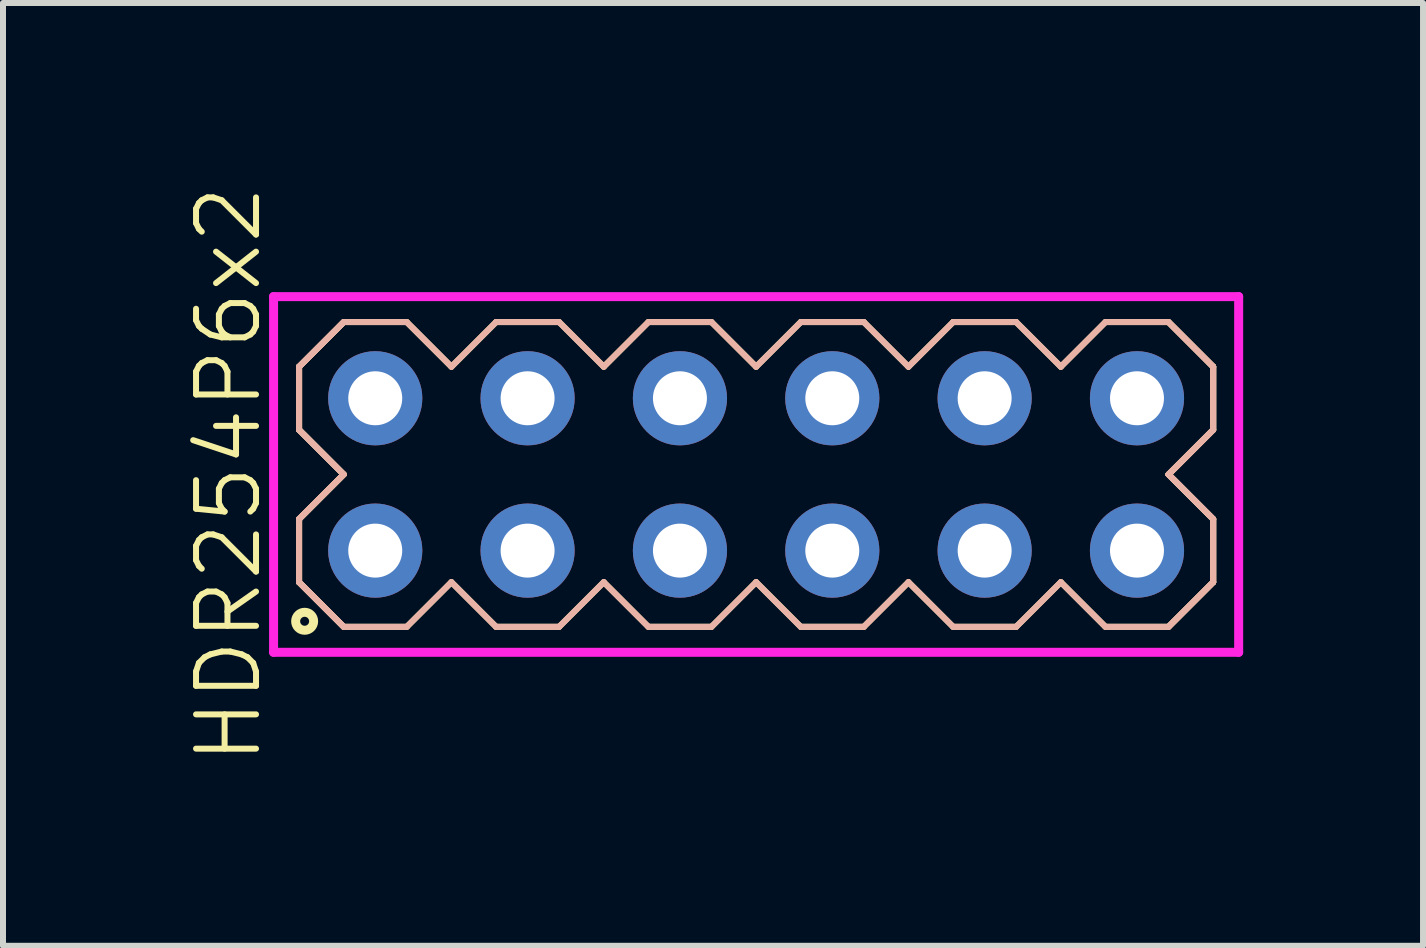
<source format=kicad_pcb>
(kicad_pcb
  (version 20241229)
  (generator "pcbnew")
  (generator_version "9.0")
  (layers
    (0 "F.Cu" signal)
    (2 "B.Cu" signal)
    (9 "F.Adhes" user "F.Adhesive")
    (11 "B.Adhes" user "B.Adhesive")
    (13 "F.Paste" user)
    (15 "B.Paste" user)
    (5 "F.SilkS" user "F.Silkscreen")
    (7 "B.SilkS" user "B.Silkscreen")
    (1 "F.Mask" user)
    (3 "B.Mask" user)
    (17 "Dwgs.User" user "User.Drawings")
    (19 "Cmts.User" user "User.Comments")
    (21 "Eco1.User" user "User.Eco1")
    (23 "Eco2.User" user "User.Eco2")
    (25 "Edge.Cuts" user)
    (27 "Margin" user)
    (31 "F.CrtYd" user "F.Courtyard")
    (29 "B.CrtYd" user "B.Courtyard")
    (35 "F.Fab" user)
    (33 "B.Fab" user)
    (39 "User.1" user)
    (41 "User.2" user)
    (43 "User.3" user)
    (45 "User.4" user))
  (footprint "HDR254P6x2"
    (layer "F.Cu")
    (at 9.556 4.86)
    (property "Reference" "HDR254P6x2" (at -8.795 0 90) (layer "F.SilkS") (effects (font (size 1 1) (thickness 0.1))))
    (attr through_hole)
    (fp_line (start -7.62 -1.796) (end -6.876 -2.54) (stroke (width 0.1) (type solid)) (layer "F.SilkS"))
    (fp_line (start -7.62 -1.796) (end -6.876 -2.54) (stroke (width 0.1) (type solid)) (layer "F.SilkS"))
    (fp_line (start -7.62 -0.744) (end -7.62 -1.796) (stroke (width 0.1) (type solid)) (layer "F.SilkS"))
    (fp_line (start -7.62 -0.744) (end -7.62 -1.796) (stroke (width 0.1) (type solid)) (layer "F.SilkS"))
    (fp_line (start -7.62 0.744) (end -6.876 0) (stroke (width 0.1) (type solid)) (layer "F.SilkS"))
    (fp_line (start -7.62 0.744) (end -6.876 0) (stroke (width 0.1) (type solid)) (layer "F.SilkS"))
    (fp_line (start -7.62 1.796) (end -7.62 0.744) (stroke (width 0.1) (type solid)) (layer "F.SilkS"))
    (fp_line (start -7.62 1.796) (end -7.62 0.744) (stroke (width 0.1) (type solid)) (layer "F.SilkS"))
    (fp_line (start -6.876 -2.54) (end -5.824 -2.54) (stroke (width 0.1) (type solid)) (layer "F.SilkS"))
    (fp_line (start -6.876 0) (end -7.62 -0.744) (stroke (width 0.1) (type solid)) (layer "F.SilkS"))
    (fp_line (start -6.876 0) (end -7.62 -0.744) (stroke (width 0.1) (type solid)) (layer "F.SilkS"))
    (fp_line (start -6.876 2.54) (end -7.62 1.796) (stroke (width 0.1) (type solid)) (layer "F.SilkS"))
    (fp_line (start -6.876 2.54) (end -7.62 1.796) (stroke (width 0.1) (type solid)) (layer "F.SilkS"))
    (fp_line (start -5.824 -2.54) (end -5.08 -1.796) (stroke (width 0.1) (type solid)) (layer "F.SilkS"))
    (fp_line (start -5.824 2.54) (end -6.876 2.54) (stroke (width 0.1) (type solid)) (layer "F.SilkS"))
    (fp_line (start -5.08 -1.796) (end -4.336 -2.54) (stroke (width 0.1) (type solid)) (layer "F.SilkS"))
    (fp_line (start -5.08 1.796) (end -5.824 2.54) (stroke (width 0.1) (type solid)) (layer "F.SilkS"))
    (fp_line (start -4.336 -2.54) (end -3.284 -2.54) (stroke (width 0.1) (type solid)) (layer "F.SilkS"))
    (fp_line (start -4.336 2.54) (end -5.08 1.796) (stroke (width 0.1) (type solid)) (layer "F.SilkS"))
    (fp_line (start -3.284 -2.54) (end -2.54 -1.796) (stroke (width 0.1) (type solid)) (layer "F.SilkS"))
    (fp_line (start -3.284 2.54) (end -4.336 2.54) (stroke (width 0.1) (type solid)) (layer "F.SilkS"))
    (fp_line (start -2.54 -1.796) (end -1.796 -2.54) (stroke (width 0.1) (type solid)) (layer "F.SilkS"))
    (fp_line (start -2.54 1.796) (end -3.284 2.54) (stroke (width 0.1) (type solid)) (layer "F.SilkS"))
    (fp_line (start -1.796 -2.54) (end -0.744 -2.54) (stroke (width 0.1) (type solid)) (layer "F.SilkS"))
    (fp_line (start -1.796 2.54) (end -2.54 1.796) (stroke (width 0.1) (type solid)) (layer "F.SilkS"))
    (fp_line (start -0.744 -2.54) (end 0 -1.796) (stroke (width 0.1) (type solid)) (layer "F.SilkS"))
    (fp_line (start -0.744 2.54) (end -1.796 2.54) (stroke (width 0.1) (type solid)) (layer "F.SilkS"))
    (fp_line (start 0 -1.796) (end 0.744 -2.54) (stroke (width 0.1) (type solid)) (layer "F.SilkS"))
    (fp_line (start 0 1.796) (end -0.744 2.54) (stroke (width 0.1) (type solid)) (layer "F.SilkS"))
    (fp_line (start 0.744 -2.54) (end 1.796 -2.54) (stroke (width 0.1) (type solid)) (layer "F.SilkS"))
    (fp_line (start 0.744 2.54) (end 0 1.796) (stroke (width 0.1) (type solid)) (layer "F.SilkS"))
    (fp_line (start 1.796 -2.54) (end 2.54 -1.796) (stroke (width 0.1) (type solid)) (layer "F.SilkS"))
    (fp_line (start 1.796 2.54) (end 0.744 2.54) (stroke (width 0.1) (type solid)) (layer "F.SilkS"))
    (fp_line (start 2.54 -1.796) (end 3.284 -2.54) (stroke (width 0.1) (type solid)) (layer "F.SilkS"))
    (fp_line (start 2.54 1.796) (end 1.796 2.54) (stroke (width 0.1) (type solid)) (layer "F.SilkS"))
    (fp_line (start 3.284 -2.54) (end 4.336 -2.54) (stroke (width 0.1) (type solid)) (layer "F.SilkS"))
    (fp_line (start 3.284 2.54) (end 2.54 1.796) (stroke (width 0.1) (type solid)) (layer "F.SilkS"))
    (fp_line (start 4.336 -2.54) (end 5.08 -1.796) (stroke (width 0.1) (type solid)) (layer "F.SilkS"))
    (fp_line (start 4.336 2.54) (end 3.284 2.54) (stroke (width 0.1) (type solid)) (layer "F.SilkS"))
    (fp_line (start 5.08 -1.796) (end 5.824 -2.54) (stroke (width 0.1) (type solid)) (layer "F.SilkS"))
    (fp_line (start 5.08 1.796) (end 4.336 2.54) (stroke (width 0.1) (type solid)) (layer "F.SilkS"))
    (fp_line (start 5.824 -2.54) (end 6.876 -2.54) (stroke (width 0.1) (type solid)) (layer "F.SilkS"))
    (fp_line (start 5.824 2.54) (end 5.08 1.796) (stroke (width 0.1) (type solid)) (layer "F.SilkS"))
    (fp_line (start 6.876 -2.54) (end 7.62 -1.796) (stroke (width 0.1) (type solid)) (layer "F.SilkS"))
    (fp_line (start 6.876 -2.54) (end 7.62 -1.796) (stroke (width 0.1) (type solid)) (layer "F.SilkS"))
    (fp_line (start 6.876 0) (end 7.62 0.744) (stroke (width 0.1) (type solid)) (layer "F.SilkS"))
    (fp_line (start 6.876 0) (end 7.62 0.744) (stroke (width 0.1) (type solid)) (layer "F.SilkS"))
    (fp_line (start 6.876 2.54) (end 5.824 2.54) (stroke (width 0.1) (type solid)) (layer "F.SilkS"))
    (fp_line (start 7.62 -1.796) (end 7.62 -0.744) (stroke (width 0.1) (type solid)) (layer "F.SilkS"))
    (fp_line (start 7.62 -1.796) (end 7.62 -0.744) (stroke (width 0.1) (type solid)) (layer "F.SilkS"))
    (fp_line (start 7.62 -0.744) (end 6.876 0) (stroke (width 0.1) (type solid)) (layer "F.SilkS"))
    (fp_line (start 7.62 -0.744) (end 6.876 0) (stroke (width 0.1) (type solid)) (layer "F.SilkS"))
    (fp_line (start 7.62 0.744) (end 7.62 1.796) (stroke (width 0.1) (type solid)) (layer "F.SilkS"))
    (fp_line (start 7.62 0.744) (end 7.62 1.796) (stroke (width 0.1) (type solid)) (layer "F.SilkS"))
    (fp_line (start 7.62 1.796) (end 6.876 2.54) (stroke (width 0.1) (type solid)) (layer "F.SilkS"))
    (fp_line (start 7.62 1.796) (end 6.876 2.54) (stroke (width 0.1) (type solid)) (layer "F.SilkS"))
    (fp_circle (center -7.527 2.448) (end -7.377 2.448) (stroke (width 0.15) (type solid)) (fill no) (layer "F.SilkS"))
    (fp_line (start -7.62 -1.796) (end -6.876 -2.54) (stroke (width 0.1) (type solid)) (layer "B.SilkS"))
    (fp_line (start -7.62 -1.796) (end -6.876 -2.54) (stroke (width 0.1) (type solid)) (layer "B.SilkS"))
    (fp_line (start -7.62 -0.744) (end -7.62 -1.796) (stroke (width 0.1) (type solid)) (layer "B.SilkS"))
    (fp_line (start -7.62 -0.744) (end -7.62 -1.796) (stroke (width 0.1) (type solid)) (layer "B.SilkS"))
    (fp_line (start -7.62 0.744) (end -6.876 0) (stroke (width 0.1) (type solid)) (layer "B.SilkS"))
    (fp_line (start -7.62 0.744) (end -6.876 0) (stroke (width 0.1) (type solid)) (layer "B.SilkS"))
    (fp_line (start -7.62 1.796) (end -7.62 0.744) (stroke (width 0.1) (type solid)) (layer "B.SilkS"))
    (fp_line (start -7.62 1.796) (end -7.62 0.744) (stroke (width 0.1) (type solid)) (layer "B.SilkS"))
    (fp_line (start -6.876 -2.54) (end -5.824 -2.54) (stroke (width 0.1) (type solid)) (layer "B.SilkS"))
    (fp_line (start -6.876 0) (end -7.62 -0.744) (stroke (width 0.1) (type solid)) (layer "B.SilkS"))
    (fp_line (start -6.876 0) (end -7.62 -0.744) (stroke (width 0.1) (type solid)) (layer "B.SilkS"))
    (fp_line (start -6.876 2.54) (end -7.62 1.796) (stroke (width 0.1) (type solid)) (layer "B.SilkS"))
    (fp_line (start -6.876 2.54) (end -7.62 1.796) (stroke (width 0.1) (type solid)) (layer "B.SilkS"))
    (fp_line (start -5.824 -2.54) (end -5.08 -1.796) (stroke (width 0.1) (type solid)) (layer "B.SilkS"))
    (fp_line (start -5.824 2.54) (end -6.876 2.54) (stroke (width 0.1) (type solid)) (layer "B.SilkS"))
    (fp_line (start -5.08 -1.796) (end -4.336 -2.54) (stroke (width 0.1) (type solid)) (layer "B.SilkS"))
    (fp_line (start -5.08 1.796) (end -5.824 2.54) (stroke (width 0.1) (type solid)) (layer "B.SilkS"))
    (fp_line (start -4.336 -2.54) (end -3.284 -2.54) (stroke (width 0.1) (type solid)) (layer "B.SilkS"))
    (fp_line (start -4.336 2.54) (end -5.08 1.796) (stroke (width 0.1) (type solid)) (layer "B.SilkS"))
    (fp_line (start -3.284 -2.54) (end -2.54 -1.796) (stroke (width 0.1) (type solid)) (layer "B.SilkS"))
    (fp_line (start -3.284 2.54) (end -4.336 2.54) (stroke (width 0.1) (type solid)) (layer "B.SilkS"))
    (fp_line (start -2.54 -1.796) (end -1.796 -2.54) (stroke (width 0.1) (type solid)) (layer "B.SilkS"))
    (fp_line (start -2.54 1.796) (end -3.284 2.54) (stroke (width 0.1) (type solid)) (layer "B.SilkS"))
    (fp_line (start -1.796 -2.54) (end -0.744 -2.54) (stroke (width 0.1) (type solid)) (layer "B.SilkS"))
    (fp_line (start -1.796 2.54) (end -2.54 1.796) (stroke (width 0.1) (type solid)) (layer "B.SilkS"))
    (fp_line (start -0.744 -2.54) (end 0 -1.796) (stroke (width 0.1) (type solid)) (layer "B.SilkS"))
    (fp_line (start -0.744 2.54) (end -1.796 2.54) (stroke (width 0.1) (type solid)) (layer "B.SilkS"))
    (fp_line (start 0 -1.796) (end 0.744 -2.54) (stroke (width 0.1) (type solid)) (layer "B.SilkS"))
    (fp_line (start 0 1.796) (end -0.744 2.54) (stroke (width 0.1) (type solid)) (layer "B.SilkS"))
    (fp_line (start 0.744 -2.54) (end 1.796 -2.54) (stroke (width 0.1) (type solid)) (layer "B.SilkS"))
    (fp_line (start 0.744 2.54) (end 0 1.796) (stroke (width 0.1) (type solid)) (layer "B.SilkS"))
    (fp_line (start 1.796 -2.54) (end 2.54 -1.796) (stroke (width 0.1) (type solid)) (layer "B.SilkS"))
    (fp_line (start 1.796 2.54) (end 0.744 2.54) (stroke (width 0.1) (type solid)) (layer "B.SilkS"))
    (fp_line (start 2.54 -1.796) (end 3.284 -2.54) (stroke (width 0.1) (type solid)) (layer "B.SilkS"))
    (fp_line (start 2.54 1.796) (end 1.796 2.54) (stroke (width 0.1) (type solid)) (layer "B.SilkS"))
    (fp_line (start 3.284 -2.54) (end 4.336 -2.54) (stroke (width 0.1) (type solid)) (layer "B.SilkS"))
    (fp_line (start 3.284 2.54) (end 2.54 1.796) (stroke (width 0.1) (type solid)) (layer "B.SilkS"))
    (fp_line (start 4.336 -2.54) (end 5.08 -1.796) (stroke (width 0.1) (type solid)) (layer "B.SilkS"))
    (fp_line (start 4.336 2.54) (end 3.284 2.54) (stroke (width 0.1) (type solid)) (layer "B.SilkS"))
    (fp_line (start 5.08 -1.796) (end 5.824 -2.54) (stroke (width 0.1) (type solid)) (layer "B.SilkS"))
    (fp_line (start 5.08 1.796) (end 4.336 2.54) (stroke (width 0.1) (type solid)) (layer "B.SilkS"))
    (fp_line (start 5.824 -2.54) (end 6.876 -2.54) (stroke (width 0.1) (type solid)) (layer "B.SilkS"))
    (fp_line (start 5.824 2.54) (end 5.08 1.796) (stroke (width 0.1) (type solid)) (layer "B.SilkS"))
    (fp_line (start 6.876 -2.54) (end 7.62 -1.796) (stroke (width 0.1) (type solid)) (layer "B.SilkS"))
    (fp_line (start 6.876 -2.54) (end 7.62 -1.796) (stroke (width 0.1) (type solid)) (layer "B.SilkS"))
    (fp_line (start 6.876 0) (end 7.62 0.744) (stroke (width 0.1) (type solid)) (layer "B.SilkS"))
    (fp_line (start 6.876 0) (end 7.62 0.744) (stroke (width 0.1) (type solid)) (layer "B.SilkS"))
    (fp_line (start 6.876 2.54) (end 5.824 2.54) (stroke (width 0.1) (type solid)) (layer "B.SilkS"))
    (fp_line (start 7.62 -1.796) (end 7.62 -0.744) (stroke (width 0.1) (type solid)) (layer "B.SilkS"))
    (fp_line (start 7.62 -1.796) (end 7.62 -0.744) (stroke (width 0.1) (type solid)) (layer "B.SilkS"))
    (fp_line (start 7.62 -0.744) (end 6.876 0) (stroke (width 0.1) (type solid)) (layer "B.SilkS"))
    (fp_line (start 7.62 -0.744) (end 6.876 0) (stroke (width 0.1) (type solid)) (layer "B.SilkS"))
    (fp_line (start 7.62 0.744) (end 7.62 1.796) (stroke (width 0.1) (type solid)) (layer "B.SilkS"))
    (fp_line (start 7.62 0.744) (end 7.62 1.796) (stroke (width 0.1) (type solid)) (layer "B.SilkS"))
    (fp_line (start 7.62 1.796) (end 6.876 2.54) (stroke (width 0.1) (type solid)) (layer "B.SilkS"))
    (fp_line (start 7.62 1.796) (end 6.876 2.54) (stroke (width 0.1) (type solid)) (layer "B.SilkS"))
    (fp_line (start -8.045 -2.965) (end -8.045 2.965) (stroke (width 0.15) (type solid)) (layer "F.CrtYd"))
    (fp_line (start -8.045 2.965) (end 8.045 2.965) (stroke (width 0.15) (type solid)) (layer "F.CrtYd"))
    (fp_line (start 8.045 -2.965) (end -8.045 -2.965) (stroke (width 0.15) (type solid)) (layer "F.CrtYd"))
    (fp_line (start 8.045 2.965) (end 8.045 -2.965) (stroke (width 0.15) (type solid)) (layer "F.CrtYd"))
    (pad "1" thru_hole oval (at -6.35 1.27) (size 1.57 1.57) (drill 0.9) (layers "*.Cu" "*.Mask"))
    (pad "2" thru_hole oval (at -6.35 -1.27) (size 1.57 1.57) (drill 0.9) (layers "*.Cu" "*.Mask"))
    (pad "3" thru_hole oval (at -3.81 1.27) (size 1.57 1.57) (drill 0.9) (layers "*.Cu" "*.Mask"))
    (pad "4" thru_hole oval (at -3.81 -1.27) (size 1.57 1.57) (drill 0.9) (layers "*.Cu" "*.Mask"))
    (pad "5" thru_hole oval (at -1.27 1.27) (size 1.57 1.57) (drill 0.9) (layers "*.Cu" "*.Mask"))
    (pad "6" thru_hole oval (at -1.27 -1.27) (size 1.57 1.57) (drill 0.9) (layers "*.Cu" "*.Mask"))
    (pad "7" thru_hole oval (at 1.27 1.27) (size 1.57 1.57) (drill 0.9) (layers "*.Cu" "*.Mask"))
    (pad "8" thru_hole oval (at 1.27 -1.27) (size 1.57 1.57) (drill 0.9) (layers "*.Cu" "*.Mask"))
    (pad "9" thru_hole oval (at 3.81 1.27) (size 1.57 1.57) (drill 0.9) (layers "*.Cu" "*.Mask"))
    (pad "10" thru_hole oval (at 3.81 -1.27) (size 1.57 1.57) (drill 0.9) (layers "*.Cu" "*.Mask"))
    (pad "11" thru_hole oval (at 6.35 1.27) (size 1.57 1.57) (drill 0.9) (layers "*.Cu" "*.Mask"))
    (pad "12" thru_hole oval (at 6.35 -1.27) (size 1.57 1.57) (drill 0.9) (layers "*.Cu" "*.Mask")))
  (gr_rect
    (start -3 -3)
    (end 20.675 12.719)
    (stroke (width 0.1) (type default))
    (fill no)
    (layer "Edge.Cuts")))
</source>
